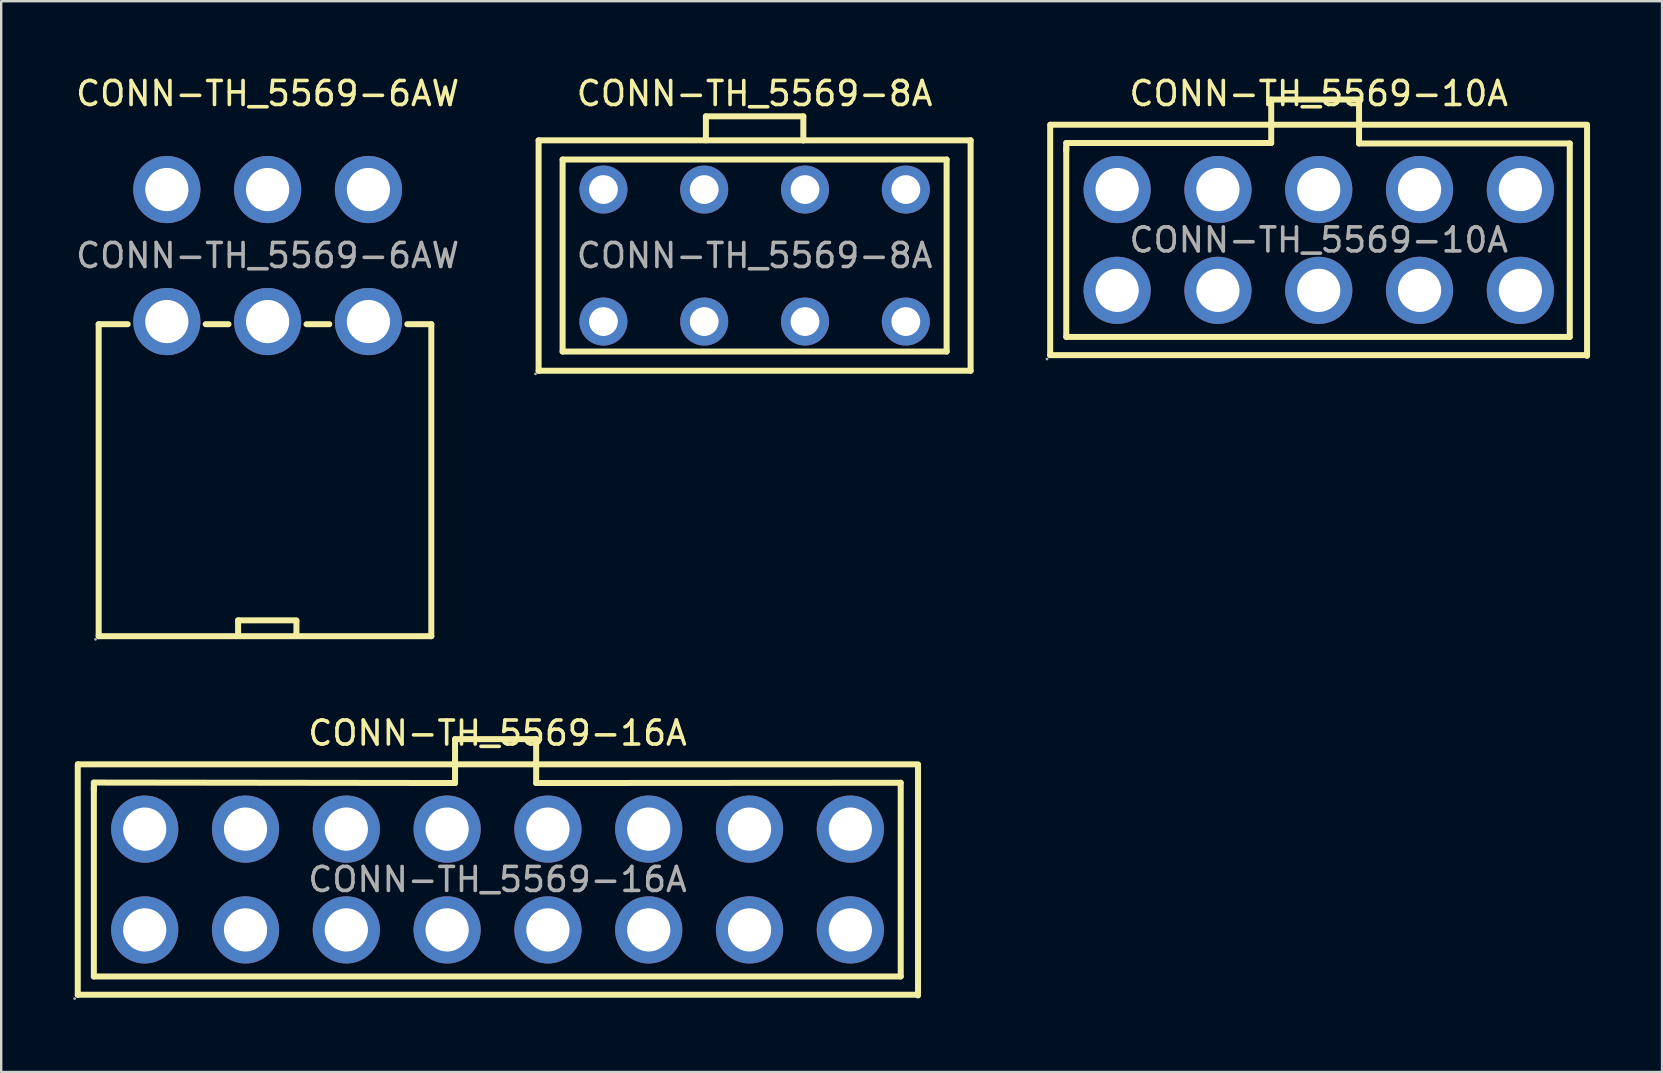
<source format=kicad_pcb>
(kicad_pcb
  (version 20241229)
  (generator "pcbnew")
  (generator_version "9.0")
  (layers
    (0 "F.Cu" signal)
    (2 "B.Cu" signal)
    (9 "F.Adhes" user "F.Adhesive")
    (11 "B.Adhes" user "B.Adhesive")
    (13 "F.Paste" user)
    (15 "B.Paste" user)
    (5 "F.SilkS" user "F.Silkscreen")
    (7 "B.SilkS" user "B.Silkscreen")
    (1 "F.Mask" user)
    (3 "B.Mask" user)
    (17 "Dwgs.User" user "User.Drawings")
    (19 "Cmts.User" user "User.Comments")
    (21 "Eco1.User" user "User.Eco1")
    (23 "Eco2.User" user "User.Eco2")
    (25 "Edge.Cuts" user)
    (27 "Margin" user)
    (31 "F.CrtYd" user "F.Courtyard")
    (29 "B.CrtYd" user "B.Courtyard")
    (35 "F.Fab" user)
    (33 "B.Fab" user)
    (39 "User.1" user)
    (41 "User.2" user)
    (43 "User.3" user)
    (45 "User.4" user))
  (footprint "CONN-TH_5569-6AW"
    (layer "F.Cu")
    (at 8.101 7.598)
    (property "Reference" "CONN-TH_5569-6AW" (at 0 -6.75 0) (layer "F.SilkS") (effects (font (size 1 1) (thickness 0.15))))
    (attr through_hole)
    (fp_line (start -7.04 2.86) (end -7.04 15.86) (stroke (width 0.25) (type solid)) (layer "F.SilkS"))
    (fp_line (start -7.04 2.86) (end -5.83 2.86) (stroke (width 0.25) (type solid)) (layer "F.SilkS"))
    (fp_line (start -7.04 15.86) (end 6.82 15.86) (stroke (width 0.25) (type solid)) (layer "F.SilkS"))
    (fp_line (start -2.58 2.86) (end -1.63 2.86) (stroke (width 0.25) (type solid)) (layer "F.SilkS"))
    (fp_line (start -1.23 15.2) (end -1.23 15.8) (stroke (width 0.25) (type solid)) (layer "F.SilkS"))
    (fp_line (start -1.23 15.2) (end 1.2 15.2) (stroke (width 0.25) (type solid)) (layer "F.SilkS"))
    (fp_line (start 1.2 15.23) (end 1.2 15.83) (stroke (width 0.25) (type solid)) (layer "F.SilkS"))
    (fp_line (start 1.62 2.86) (end 2.57 2.86) (stroke (width 0.25) (type solid)) (layer "F.SilkS"))
    (fp_line (start 5.82 2.86) (end 6.82 2.86) (stroke (width 0.25) (type solid)) (layer "F.SilkS"))
    (fp_line (start 6.82 2.86) (end 6.82 15.86) (stroke (width 0.25) (type solid)) (layer "F.SilkS"))
    (fp_circle (center -7.17 15.99) (end -7.14 15.99) (stroke (width 0.06) (type solid)) (fill no) (layer "F.Fab"))
    (fp_circle (center -4.2 -2.75) (end -3.8 -2.75) (stroke (width 0.8) (type solid)) (fill no) (layer "F.Fab"))
    (fp_circle (center -4.2 2.75) (end -3.8 2.75) (stroke (width 0.8) (type solid)) (fill no) (layer "F.Fab"))
    (fp_circle (center 0 -2.75) (end 0.4 -2.75) (stroke (width 0.8) (type solid)) (fill no) (layer "F.Fab"))
    (fp_circle (center 0 2.75) (end 0.4 2.75) (stroke (width 0.8) (type solid)) (fill no) (layer "F.Fab"))
    (fp_circle (center 4.2 -2.75) (end 4.6 -2.75) (stroke (width 0.8) (type solid)) (fill no) (layer "F.Fab"))
    (fp_circle (center 4.2 2.75) (end 4.6 2.75) (stroke (width 0.8) (type solid)) (fill no) (layer "F.Fab"))
    (fp_text user "${REFERENCE}" (at 0 0 0) (layer "F.Fab") (effects (font (size 1 1) (thickness 0.15))))
    (pad "1" thru_hole circle (at -4.2 2.75) (size 2.8 2.8) (drill 1.8) (layers "*.Cu" "*.Paste" "*.Mask"))
    (pad "2" thru_hole circle (at -4.2 -2.75) (size 2.8 2.8) (drill 1.8) (layers "*.Cu" "*.Paste" "*.Mask"))
    (pad "3" thru_hole circle (at 0 2.75) (size 2.8 2.8) (drill 1.8) (layers "*.Cu" "*.Paste" "*.Mask"))
    (pad "4" thru_hole circle (at 0 -2.75) (size 2.8 2.8) (drill 1.8) (layers "*.Cu" "*.Paste" "*.Mask"))
    (pad "5" thru_hole circle (at 4.2 2.75) (size 2.8 2.8) (drill 1.8) (layers "*.Cu" "*.Paste" "*.Mask"))
    (pad "6" thru_hole circle (at 4.2 -2.75) (size 2.8 2.8) (drill 1.8) (layers "*.Cu" "*.Paste" "*.Mask")))
  (footprint "CONN-TH_5569-16A"
    (layer "F.Cu")
    (at 17.68 33.596)
    (property "Reference" "CONN-TH_5569-16A" (at 0 -6.1 0) (layer "F.SilkS") (effects (font (size 1 1) (thickness 0.15))))
    (attr through_hole)
    (fp_line (start -17.49 -4.8) (end -17.49 4.8) (stroke (width 0.25) (type solid)) (layer "F.SilkS"))
    (fp_line (start -17.49 4.8) (end 17.51 4.8) (stroke (width 0.25) (type solid)) (layer "F.SilkS"))
    (fp_line (start -17.48 -4.8) (end 17.52 -4.8) (stroke (width 0.25) (type solid)) (layer "F.SilkS"))
    (fp_line (start -16.82 -4.04) (end -1.77 -4.02) (stroke (width 0.25) (type solid)) (layer "F.SilkS"))
    (fp_line (start -16.82 -3.72) (end -16.82 -4.04) (stroke (width 0.25) (type solid)) (layer "F.SilkS"))
    (fp_line (start -16.82 4.04) (end -16.82 -3.84) (stroke (width 0.25) (type solid)) (layer "F.SilkS"))
    (fp_line (start -1.77 -5.85) (end 1.61 -5.85) (stroke (width 0.25) (type solid)) (layer "F.SilkS"))
    (fp_line (start -1.77 -4.02) (end -1.77 -5.85) (stroke (width 0.25) (type solid)) (layer "F.SilkS"))
    (fp_line (start 1.61 -5.85) (end 1.61 -4.02) (stroke (width 0.25) (type solid)) (layer "F.SilkS"))
    (fp_line (start 1.61 -4.02) (end 16.8 -4.03) (stroke (width 0.25) (type solid)) (layer "F.SilkS"))
    (fp_line (start 16.8 -4.03) (end 16.8 4.04) (stroke (width 0.25) (type solid)) (layer "F.SilkS"))
    (fp_line (start 16.8 4.04) (end -16.82 4.04) (stroke (width 0.25) (type solid)) (layer "F.SilkS"))
    (fp_line (start 17.52 -4.77) (end 17.52 4.83) (stroke (width 0.25) (type solid)) (layer "F.SilkS"))
    (fp_circle (center -17.62 4.96) (end -17.59 4.96) (stroke (width 0.06) (type solid)) (fill no) (layer "F.Fab"))
    (fp_circle (center -14.7 -2.1) (end -14.3 -2.1) (stroke (width 0.8) (type solid)) (fill no) (layer "F.Fab"))
    (fp_circle (center -14.7 2.1) (end -14.3 2.1) (stroke (width 0.8) (type solid)) (fill no) (layer "F.Fab"))
    (fp_circle (center -10.5 -2.1) (end -10.1 -2.1) (stroke (width 0.8) (type solid)) (fill no) (layer "F.Fab"))
    (fp_circle (center -10.5 2.1) (end -10.1 2.1) (stroke (width 0.8) (type solid)) (fill no) (layer "F.Fab"))
    (fp_circle (center -6.3 -2.1) (end -5.9 -2.1) (stroke (width 0.8) (type solid)) (fill no) (layer "F.Fab"))
    (fp_circle (center -6.3 2.1) (end -5.9 2.1) (stroke (width 0.8) (type solid)) (fill no) (layer "F.Fab"))
    (fp_circle (center -2.1 -2.1) (end -1.7 -2.1) (stroke (width 0.8) (type solid)) (fill no) (layer "F.Fab"))
    (fp_circle (center -2.1 2.1) (end -1.7 2.1) (stroke (width 0.8) (type solid)) (fill no) (layer "F.Fab"))
    (fp_circle (center 2.1 -2.1) (end 2.5 -2.1) (stroke (width 0.8) (type solid)) (fill no) (layer "F.Fab"))
    (fp_circle (center 2.1 2.1) (end 2.5 2.1) (stroke (width 0.8) (type solid)) (fill no) (layer "F.Fab"))
    (fp_circle (center 6.3 -2.1) (end 6.7 -2.1) (stroke (width 0.8) (type solid)) (fill no) (layer "F.Fab"))
    (fp_circle (center 6.3 2.1) (end 6.7 2.1) (stroke (width 0.8) (type solid)) (fill no) (layer "F.Fab"))
    (fp_circle (center 10.5 -2.1) (end 10.9 -2.1) (stroke (width 0.8) (type solid)) (fill no) (layer "F.Fab"))
    (fp_circle (center 10.5 2.1) (end 10.9 2.1) (stroke (width 0.8) (type solid)) (fill no) (layer "F.Fab"))
    (fp_circle (center 14.7 -2.1) (end 15.1 -2.1) (stroke (width 0.8) (type solid)) (fill no) (layer "F.Fab"))
    (fp_circle (center 14.7 2.1) (end 15.1 2.1) (stroke (width 0.8) (type solid)) (fill no) (layer "F.Fab"))
    (fp_text user "${REFERENCE}" (at 0 0 0) (layer "F.Fab") (effects (font (size 1 1) (thickness 0.15))))
    (pad "1" thru_hole circle (at -14.7 2.1) (size 2.8 2.8) (drill 1.8) (layers "*.Cu" "*.Paste" "*.Mask"))
    (pad "2" thru_hole circle (at -14.7 -2.1) (size 2.8 2.8) (drill 1.8) (layers "*.Cu" "*.Paste" "*.Mask"))
    (pad "3" thru_hole circle (at -10.5 2.1) (size 2.8 2.8) (drill 1.8) (layers "*.Cu" "*.Paste" "*.Mask"))
    (pad "4" thru_hole circle (at -10.5 -2.1) (size 2.8 2.8) (drill 1.8) (layers "*.Cu" "*.Paste" "*.Mask"))
    (pad "5" thru_hole circle (at -6.3 2.1) (size 2.8 2.8) (drill 1.8) (layers "*.Cu" "*.Paste" "*.Mask"))
    (pad "6" thru_hole circle (at -6.3 -2.1) (size 2.8 2.8) (drill 1.8) (layers "*.Cu" "*.Paste" "*.Mask"))
    (pad "7" thru_hole circle (at -2.1 2.1) (size 2.8 2.8) (drill 1.8) (layers "*.Cu" "*.Paste" "*.Mask"))
    (pad "8" thru_hole circle (at -2.1 -2.1) (size 2.8 2.8) (drill 1.8) (layers "*.Cu" "*.Paste" "*.Mask"))
    (pad "9" thru_hole circle (at 2.1 2.1) (size 2.8 2.8) (drill 1.8) (layers "*.Cu" "*.Paste" "*.Mask"))
    (pad "10" thru_hole circle (at 2.1 -2.1) (size 2.8 2.8) (drill 1.8) (layers "*.Cu" "*.Paste" "*.Mask"))
    (pad "11" thru_hole circle (at 6.3 2.1) (size 2.8 2.8) (drill 1.8) (layers "*.Cu" "*.Paste" "*.Mask"))
    (pad "12" thru_hole circle (at 6.3 -2.1) (size 2.8 2.8) (drill 1.8) (layers "*.Cu" "*.Paste" "*.Mask"))
    (pad "13" thru_hole circle (at 10.5 2.1) (size 2.8 2.8) (drill 1.8) (layers "*.Cu" "*.Paste" "*.Mask"))
    (pad "14" thru_hole circle (at 10.5 -2.1) (size 2.8 2.8) (drill 1.8) (layers "*.Cu" "*.Paste" "*.Mask"))
    (pad "15" thru_hole circle (at 14.7 2.1) (size 2.8 2.8) (drill 1.8) (layers "*.Cu" "*.Paste" "*.Mask"))
    (pad "16" thru_hole circle (at 14.7 -2.1) (size 2.8 2.8) (drill 1.8) (layers "*.Cu" "*.Paste" "*.Mask")))
  (footprint "CONN-TH_5569-8A"
    (layer "F.Cu")
    (at 28.392 7.598)
    (property "Reference" "CONN-TH_5569-8A" (at 0 -6.75 0) (layer "F.SilkS") (effects (font (size 1 1) (thickness 0.15))))
    (attr through_hole)
    (fp_line (start -9 -4.8) (end -9 4.8) (stroke (width 0.25) (type solid)) (layer "F.SilkS"))
    (fp_line (start -9 -4.8) (end 9 -4.8) (stroke (width 0.25) (type solid)) (layer "F.SilkS"))
    (fp_line (start -9 4.8) (end 9 4.8) (stroke (width 0.25) (type solid)) (layer "F.SilkS"))
    (fp_line (start -8 -4) (end 8 -4) (stroke (width 0.25) (type solid)) (layer "F.SilkS"))
    (fp_line (start -8 4) (end -8 -4) (stroke (width 0.25) (type solid)) (layer "F.SilkS"))
    (fp_line (start -2.03 -5.8) (end 2.03 -5.8) (stroke (width 0.25) (type solid)) (layer "F.SilkS"))
    (fp_line (start -2.03 -4.8) (end -2.03 -5.8) (stroke (width 0.25) (type solid)) (layer "F.SilkS"))
    (fp_line (start 2.03 -5.8) (end 2.03 -4.8) (stroke (width 0.25) (type solid)) (layer "F.SilkS"))
    (fp_line (start 2.03 -4.8) (end 2.04 -4.81) (stroke (width 0.25) (type solid)) (layer "F.SilkS"))
    (fp_line (start 8 -4) (end 8 4) (stroke (width 0.25) (type solid)) (layer "F.SilkS"))
    (fp_line (start 8 4) (end -8 4) (stroke (width 0.25) (type solid)) (layer "F.SilkS"))
    (fp_line (start 9 -4.8) (end 9 4.8) (stroke (width 0.25) (type solid)) (layer "F.SilkS"))
    (fp_circle (center -9.13 4.93) (end -9.1 4.93) (stroke (width 0.06) (type solid)) (fill no) (layer "F.Fab"))
    (fp_circle (center -6.3 -2.75) (end -6.05 -2.75) (stroke (width 0.5) (type solid)) (fill no) (layer "F.Fab"))
    (fp_circle (center -6.3 2.75) (end -6.05 2.75) (stroke (width 0.5) (type solid)) (fill no) (layer "F.Fab"))
    (fp_circle (center -2.1 -2.75) (end -1.85 -2.75) (stroke (width 0.5) (type solid)) (fill no) (layer "F.Fab"))
    (fp_circle (center -2.1 2.75) (end -1.85 2.75) (stroke (width 0.5) (type solid)) (fill no) (layer "F.Fab"))
    (fp_circle (center 2.1 -2.75) (end 2.35 -2.75) (stroke (width 0.5) (type solid)) (fill no) (layer "F.Fab"))
    (fp_circle (center 2.1 2.75) (end 2.35 2.75) (stroke (width 0.5) (type solid)) (fill no) (layer "F.Fab"))
    (fp_circle (center 6.3 -2.75) (end 6.55 -2.75) (stroke (width 0.5) (type solid)) (fill no) (layer "F.Fab"))
    (fp_circle (center 6.3 2.75) (end 6.55 2.75) (stroke (width 0.5) (type solid)) (fill no) (layer "F.Fab"))
    (fp_text user "${REFERENCE}" (at 0 0 0) (layer "F.Fab") (effects (font (size 1 1) (thickness 0.15))))
    (pad "1" thru_hole circle (at -6.3 2.75) (size 2 2) (drill 1.2) (layers "*.Cu" "*.Paste" "*.Mask"))
    (pad "2" thru_hole circle (at -6.3 -2.75) (size 2 2) (drill 1.2) (layers "*.Cu" "*.Paste" "*.Mask"))
    (pad "3" thru_hole circle (at -2.1 2.75) (size 2 2) (drill 1.2) (layers "*.Cu" "*.Paste" "*.Mask"))
    (pad "4" thru_hole circle (at -2.1 -2.75) (size 2 2) (drill 1.2) (layers "*.Cu" "*.Paste" "*.Mask"))
    (pad "5" thru_hole circle (at 2.1 2.75) (size 2 2) (drill 1.2) (layers "*.Cu" "*.Paste" "*.Mask"))
    (pad "6" thru_hole circle (at 2.1 -2.75) (size 2 2) (drill 1.2) (layers "*.Cu" "*.Paste" "*.Mask"))
    (pad "7" thru_hole circle (at 6.3 2.75) (size 2 2) (drill 1.2) (layers "*.Cu" "*.Paste" "*.Mask"))
    (pad "8" thru_hole circle (at 6.3 -2.75) (size 2 2) (drill 1.2) (layers "*.Cu" "*.Paste" "*.Mask")))
  (footprint "CONN-TH_5569-10A"
    (layer "F.Cu")
    (at 51.897 6.948)
    (property "Reference" "CONN-TH_5569-10A" (at 0 -6.1 0) (layer "F.SilkS") (effects (font (size 1 1) (thickness 0.15))))
    (attr through_hole)
    (fp_line (start -11.19 -4.8) (end -11.19 4.8) (stroke (width 0.25) (type solid)) (layer "F.SilkS"))
    (fp_line (start -11.19 4.8) (end 11.18 4.8) (stroke (width 0.25) (type solid)) (layer "F.SilkS"))
    (fp_line (start -11.18 -4.8) (end 11.18 -4.8) (stroke (width 0.25) (type solid)) (layer "F.SilkS"))
    (fp_line (start -10.52 -4.04) (end -1.98 -4.04) (stroke (width 0.25) (type solid)) (layer "F.SilkS"))
    (fp_line (start -10.52 -3.72) (end -10.52 -4.04) (stroke (width 0.25) (type solid)) (layer "F.SilkS"))
    (fp_line (start -10.52 4.04) (end -10.52 -3.84) (stroke (width 0.25) (type solid)) (layer "F.SilkS"))
    (fp_line (start -1.98 -5.85) (end 1.68 -5.85) (stroke (width 0.25) (type solid)) (layer "F.SilkS"))
    (fp_line (start -1.98 -4.04) (end -1.98 -5.85) (stroke (width 0.25) (type solid)) (layer "F.SilkS"))
    (fp_line (start 1.68 -5.85) (end 1.68 -4.02) (stroke (width 0.25) (type solid)) (layer "F.SilkS"))
    (fp_line (start 1.68 -4.02) (end 10.46 -4.02) (stroke (width 0.25) (type solid)) (layer "F.SilkS"))
    (fp_line (start 10.46 -4.02) (end 10.46 4.04) (stroke (width 0.25) (type solid)) (layer "F.SilkS"))
    (fp_line (start 10.46 4.04) (end -10.52 4.04) (stroke (width 0.25) (type solid)) (layer "F.SilkS"))
    (fp_line (start 11.18 -4.77) (end 11.18 4.83) (stroke (width 0.25) (type solid)) (layer "F.SilkS"))
    (fp_circle (center -11.32 4.96) (end -11.29 4.96) (stroke (width 0.06) (type solid)) (fill no) (layer "F.Fab"))
    (fp_circle (center -8.4 -2.1) (end -8 -2.1) (stroke (width 0.8) (type solid)) (fill no) (layer "F.Fab"))
    (fp_circle (center -8.4 2.1) (end -8 2.1) (stroke (width 0.8) (type solid)) (fill no) (layer "F.Fab"))
    (fp_circle (center -4.2 -2.1) (end -3.8 -2.1) (stroke (width 0.8) (type solid)) (fill no) (layer "F.Fab"))
    (fp_circle (center -4.2 2.1) (end -3.8 2.1) (stroke (width 0.8) (type solid)) (fill no) (layer "F.Fab"))
    (fp_circle (center 0 -2.1) (end 0.4 -2.1) (stroke (width 0.8) (type solid)) (fill no) (layer "F.Fab"))
    (fp_circle (center 0 2.1) (end 0.4 2.1) (stroke (width 0.8) (type solid)) (fill no) (layer "F.Fab"))
    (fp_circle (center 4.2 -2.1) (end 4.6 -2.1) (stroke (width 0.8) (type solid)) (fill no) (layer "F.Fab"))
    (fp_circle (center 4.2 2.1) (end 4.6 2.1) (stroke (width 0.8) (type solid)) (fill no) (layer "F.Fab"))
    (fp_circle (center 8.4 -2.1) (end 8.8 -2.1) (stroke (width 0.8) (type solid)) (fill no) (layer "F.Fab"))
    (fp_circle (center 8.4 2.1) (end 8.8 2.1) (stroke (width 0.8) (type solid)) (fill no) (layer "F.Fab"))
    (fp_text user "${REFERENCE}" (at 0 0 0) (layer "F.Fab") (effects (font (size 1 1) (thickness 0.15))))
    (pad "1" thru_hole circle (at -8.4 2.1) (size 2.8 2.8) (drill 1.8) (layers "*.Cu" "*.Paste" "*.Mask"))
    (pad "2" thru_hole circle (at -8.4 -2.1) (size 2.8 2.8) (drill 1.8) (layers "*.Cu" "*.Paste" "*.Mask"))
    (pad "3" thru_hole circle (at -4.2 2.1) (size 2.8 2.8) (drill 1.8) (layers "*.Cu" "*.Paste" "*.Mask"))
    (pad "4" thru_hole circle (at -4.2 -2.1) (size 2.8 2.8) (drill 1.8) (layers "*.Cu" "*.Paste" "*.Mask"))
    (pad "5" thru_hole circle (at 0 2.1) (size 2.8 2.8) (drill 1.8) (layers "*.Cu" "*.Paste" "*.Mask"))
    (pad "6" thru_hole circle (at 0 -2.1) (size 2.8 2.8) (drill 1.8) (layers "*.Cu" "*.Paste" "*.Mask"))
    (pad "7" thru_hole circle (at 4.2 2.1) (size 2.8 2.8) (drill 1.8) (layers "*.Cu" "*.Paste" "*.Mask"))
    (pad "8" thru_hole circle (at 4.2 -2.1) (size 2.8 2.8) (drill 1.8) (layers "*.Cu" "*.Paste" "*.Mask"))
    (pad "9" thru_hole circle (at 8.4 2.1) (size 2.8 2.8) (drill 1.8) (layers "*.Cu" "*.Paste" "*.Mask"))
    (pad "10" thru_hole circle (at 8.4 -2.1) (size 2.8 2.8) (drill 1.8) (layers "*.Cu" "*.Paste" "*.Mask")))
  (gr_rect
    (start -3 -3)
    (end 66.202 41.617)
    (stroke (width 0.1) (type default))
    (fill no)
    (layer "Edge.Cuts")))
</source>
